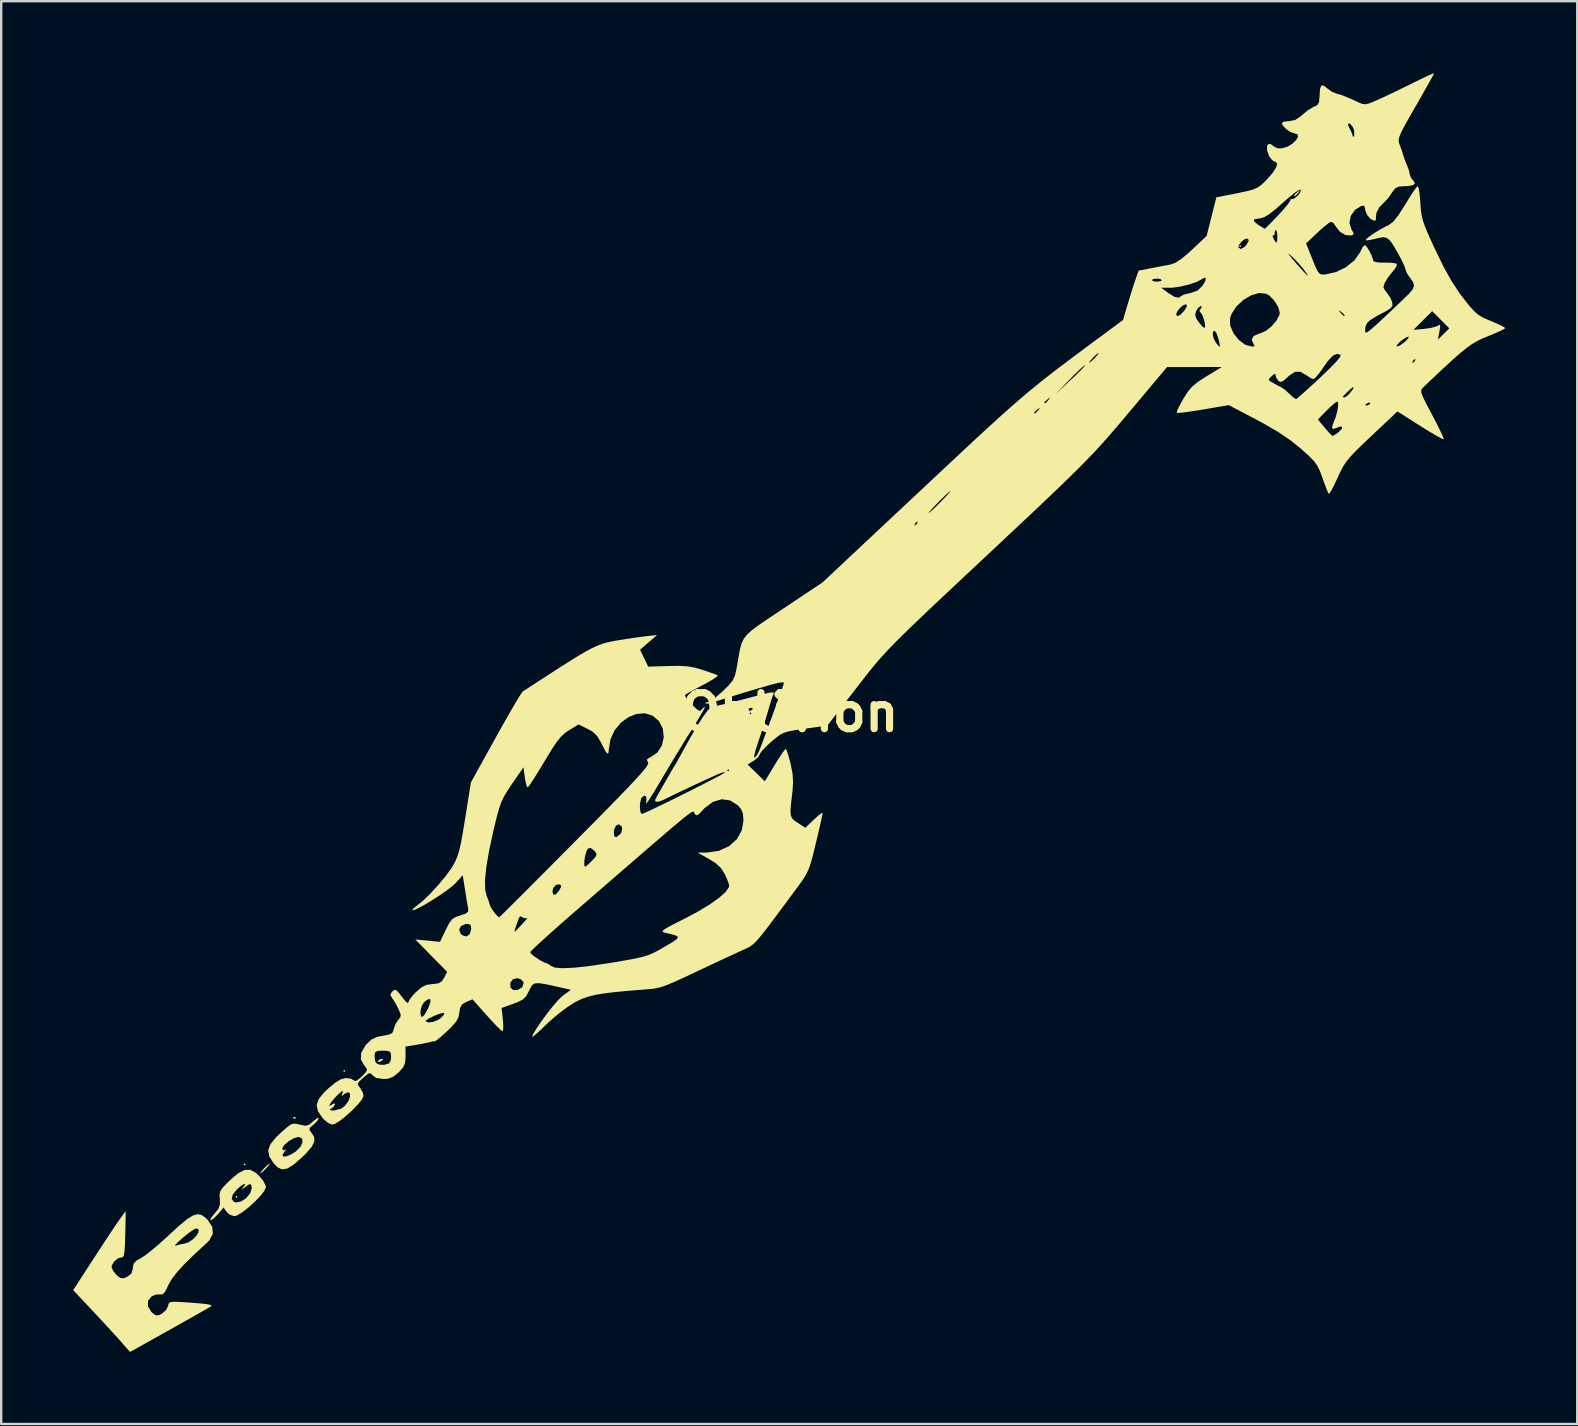
<source format=kicad_pcb>
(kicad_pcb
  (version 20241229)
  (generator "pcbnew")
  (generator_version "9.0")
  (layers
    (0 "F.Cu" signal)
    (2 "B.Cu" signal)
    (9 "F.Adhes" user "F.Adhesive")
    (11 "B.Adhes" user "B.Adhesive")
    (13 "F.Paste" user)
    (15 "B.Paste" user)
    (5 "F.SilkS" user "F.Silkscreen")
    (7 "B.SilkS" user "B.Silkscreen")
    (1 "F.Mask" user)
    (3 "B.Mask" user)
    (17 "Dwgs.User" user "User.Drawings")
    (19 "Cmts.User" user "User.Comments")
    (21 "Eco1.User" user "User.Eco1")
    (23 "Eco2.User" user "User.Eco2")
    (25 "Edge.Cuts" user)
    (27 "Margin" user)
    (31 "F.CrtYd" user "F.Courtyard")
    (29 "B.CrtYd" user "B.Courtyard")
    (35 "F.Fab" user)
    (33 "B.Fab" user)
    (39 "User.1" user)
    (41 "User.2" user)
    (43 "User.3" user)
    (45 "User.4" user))
  (footprint "Oblivion"
    (layer "F.Cu")
    (at 29.878 26.637)
    (property "Reference" "Oblivion" (at 0 0 0) (layer "F.SilkS") (effects (font (size 1.5 1.5) (thickness 0.3))))
    (attr board_only exclude_from_pos_files exclude_from_bom)
    (fp_poly (pts (xy -23.029 20.193) (xy -23.072 20.235) (xy -23.114 20.193) (xy -23.072 20.151)) (stroke (width 0) (type solid)) (fill yes) (layer "F.SilkS"))
    (fp_poly (pts (xy -22.691 18.838) (xy -22.733 18.881) (xy -22.775 18.838) (xy -22.733 18.796)) (stroke (width 0) (type solid)) (fill yes) (layer "F.SilkS"))
    (fp_poly (pts (xy -18.542 14.944) (xy -18.584 14.986) (xy -18.627 14.944) (xy -18.584 14.901)) (stroke (width 0) (type solid)) (fill yes) (layer "F.SilkS"))
    (fp_poly (pts (xy 18.796 -19.431) (xy 18.754 -19.389) (xy 18.711 -19.431) (xy 18.754 -19.473)) (stroke (width 0) (type solid)) (fill yes) (layer "F.SilkS"))
    (fp_poly (pts (xy -20.602 16.877) (xy -20.614 16.927) (xy -20.659 16.933) (xy -20.728 16.902) (xy -20.715 16.877) (xy -20.615 16.867)) (stroke (width 0) (type solid)) (fill yes) (layer "F.SilkS"))
    (fp_poly (pts (xy -16.976 14.479) (xy -17.067 14.549) (xy -17.164 14.561) (xy -17.187 14.529) (xy -17.121 14.475) (xy -17.056 14.446) (xy -16.969 14.44)) (stroke (width 0) (type solid)) (fill yes) (layer "F.SilkS"))
    (fp_poly (pts (xy 21.225 -21.715) (xy 21.177 -21.654) (xy 21.054 -21.522) (xy 20.999 -21.522) (xy 20.997 -21.537) (xy 21.055 -21.608) (xy 21.145 -21.685) (xy 21.246 -21.759)) (stroke (width 0) (type solid)) (fill yes) (layer "F.SilkS"))
    (fp_poly (pts (xy -21.709 18.849) (xy -21.818 18.98) (xy -21.844 19.008) (xy -21.989 19.15) (xy -22.08 19.218) (xy -22.085 19.219) (xy -22.063 19.166) (xy -21.954 19.035) (xy -21.929 19.008) (xy -21.784 18.865) (xy -21.693 18.797) (xy -21.687 18.796)) (stroke (width 0) (type solid)) (fill yes) (layer "F.SilkS"))
    (fp_poly (pts (xy -22.268 19.188) (xy -22.115 19.329) (xy -21.95 19.537) (xy -21.854 19.73) (xy -21.844 19.787) (xy -21.908 19.937) (xy -22.075 20.15) (xy -22.309 20.392) (xy -22.573 20.631) (xy -22.833 20.832) (xy -23.05 20.964) (xy -23.164 20.997) (xy -23.359 20.932) (xy -23.485 20.816) (xy -23.613 20.634) (xy -23.836 20.901) (xy -23.999 21.068) (xy -24.129 21.16) (xy -24.154 21.167) (xy -24.159 21.113) (xy -24.066 20.978) (xy -23.99 20.892) (xy -23.823 20.685) (xy -23.761 20.496) (xy -23.768 20.278) (xy -23.275 20.278) (xy -23.184 20.397) (xy -23.093 20.424) (xy -22.883 20.385) (xy -22.666 20.239) (xy -22.499 20.036) (xy -22.437 19.838) (xy -22.459 19.681) (xy -22.54 19.661) (xy -22.705 19.774) (xy -22.725 19.791) (xy -22.844 19.889) (xy -22.849 19.876) (xy -22.785 19.791) (xy -22.714 19.671) (xy -22.75 19.65) (xy -22.871 19.72) (xy -23.046 19.87) (xy -23.228 20.095) (xy -23.275 20.278) (xy -23.768 20.278) (xy -23.768 20.277) (xy -23.779 20.096) (xy -23.746 19.953) (xy -23.647 19.805) (xy -23.457 19.607) (xy -23.34 19.494) (xy -23.009 19.211) (xy -22.739 19.069) (xy -22.501 19.062)) (stroke (width 0) (type solid)) (fill yes) (layer "F.SilkS"))
    (fp_poly (pts (xy -19.643 16.911) (xy -19.704 17.024) (xy -19.852 17.17) (xy -19.867 17.182) (xy -20.012 17.31) (xy -20.034 17.401) (xy -19.951 17.512) (xy -19.835 17.694) (xy -19.828 17.884) (xy -19.94 18.106) (xy -20.181 18.384) (xy -20.341 18.541) (xy -20.684 18.841) (xy -20.952 19.008) (xy -21.171 19.045) (xy -21.363 18.959) (xy -21.543 18.767) (xy -21.709 18.495) (xy -21.75 18.25) (xy -21.726 18.182) (xy -21.167 18.182) (xy -21.115 18.254) (xy -21.061 18.238) (xy -20.997 18.213) (xy -21.057 18.288) (xy -21.061 18.293) (xy -21.156 18.436) (xy -21.127 18.507) (xy -21.002 18.505) (xy -20.811 18.43) (xy -20.595 18.293) (xy -20.41 18.107) (xy -20.321 17.919) (xy -20.335 17.77) (xy -20.458 17.697) (xy -20.493 17.695) (xy -20.68 17.745) (xy -20.893 17.868) (xy -21.074 18.021) (xy -21.164 18.162) (xy -21.167 18.182) (xy -21.726 18.182) (xy -21.661 18.001) (xy -21.433 17.719) (xy -21.249 17.541) (xy -21 17.317) (xy -20.832 17.189) (xy -20.703 17.138) (xy -20.568 17.146) (xy -20.436 17.179) (xy -20.212 17.226) (xy -20.059 17.192) (xy -19.891 17.055) (xy -19.878 17.043) (xy -19.731 16.923) (xy -19.649 16.896)) (stroke (width 0) (type solid)) (fill yes) (layer "F.SilkS"))
    (fp_poly (pts (xy -27.708 21.759) (xy -27.721 22.191) (xy -27.741 22.477) (xy -27.771 22.641) (xy -27.815 22.706) (xy -27.845 22.708) (xy -28.006 22.747) (xy -28.169 22.882) (xy -28.27 23.054) (xy -28.279 23.112) (xy -28.221 23.265) (xy -28.08 23.44) (xy -28.074 23.446) (xy -27.916 23.571) (xy -27.781 23.584) (xy -27.633 23.524) (xy -27.45 23.387) (xy -27.393 23.179) (xy -27.393 23.157) (xy -27.36 22.973) (xy -27.237 22.843) (xy -27.078 22.757) (xy -26.904 22.646) (xy -26.64 22.443) (xy -26.39 22.233) (xy -25.627 22.233) (xy -25.612 22.227) (xy -25.381 22.161) (xy -25.252 22.142) (xy -25.071 22.085) (xy -24.893 21.965) (xy -24.746 21.813) (xy -24.656 21.664) (xy -24.649 21.55) (xy -24.749 21.505) (xy -24.864 21.557) (xy -25.063 21.695) (xy -25.304 21.888) (xy -25.32 21.902) (xy -25.518 22.081) (xy -25.627 22.198) (xy -25.627 22.233) (xy -26.39 22.233) (xy -26.319 22.173) (xy -25.972 21.863) (xy -25.864 21.761) (xy -25.454 21.385) (xy -25.138 21.124) (xy -24.893 20.97) (xy -24.698 20.913) (xy -24.53 20.945) (xy -24.366 21.059) (xy -24.273 21.15) (xy -24.083 21.439) (xy -24.059 21.727) (xy -24.201 21.999) (xy -24.278 22.078) (xy -24.813 22.572) (xy -25.229 22.979) (xy -25.538 23.315) (xy -25.756 23.595) (xy -25.898 23.836) (xy -25.918 23.881) (xy -26.039 24.131) (xy -26.14 24.246) (xy -26.245 24.257) (xy -26.254 24.255) (xy -26.435 24.262) (xy -26.612 24.339) (xy -26.76 24.52) (xy -26.763 24.746) (xy -26.622 24.982) (xy -26.571 25.032) (xy -26.436 25.129) (xy -26.309 25.122) (xy -26.177 25.056) (xy -26.004 24.903) (xy -25.922 24.732) (xy -25.904 24.644) (xy -25.859 24.59) (xy -25.755 24.565) (xy -25.561 24.564) (xy -25.246 24.582) (xy -25.033 24.596) (xy -24.607 24.629) (xy -24.327 24.658) (xy -24.172 24.687) (xy -24.119 24.72) (xy -24.137 24.755) (xy -24.218 24.804) (xy -24.425 24.923) (xy -24.738 25.1) (xy -25.134 25.324) (xy -25.592 25.581) (xy -25.842 25.721) (xy -27.511 26.655) (xy -27.832 26.286) (xy -28.008 26.088) (xy -28.269 25.801) (xy -28.583 25.46) (xy -28.919 25.099) (xy -29.015 24.996) (xy -29.878 24.076) (xy -28.972 22.68) (xy -28.68 22.231) (xy -28.406 21.816) (xy -28.17 21.46) (xy -27.988 21.192) (xy -27.88 21.039) (xy -27.877 21.035) (xy -27.688 20.786)) (stroke (width 0) (type solid)) (fill yes) (layer "F.SilkS"))
    (fp_poly (pts (xy 26.839 -26.637) (xy 26.799 -26.556) (xy 26.687 -26.352) (xy 26.517 -26.049) (xy 26.303 -25.671) (xy 26.067 -25.26) (xy 25.794 -24.783) (xy 25.596 -24.429) (xy 25.465 -24.173) (xy 25.389 -23.993) (xy 25.359 -23.864) (xy 25.365 -23.762) (xy 25.397 -23.665) (xy 25.397 -23.664) (xy 25.484 -23.428) (xy 25.543 -23.241) (xy 25.608 -23.044) (xy 25.704 -22.807) (xy 25.705 -22.805) (xy 25.787 -22.586) (xy 25.823 -22.42) (xy 25.823 -22.413) (xy 25.883 -22.257) (xy 25.949 -22.183) (xy 26.039 -22.059) (xy 25.968 -21.974) (xy 25.743 -21.932) (xy 25.614 -21.929) (xy 25.367 -21.912) (xy 25.214 -21.837) (xy 25.08 -21.662) (xy 25.061 -21.632) (xy 24.907 -21.415) (xy 24.756 -21.252) (xy 24.729 -21.23) (xy 24.555 -21.052) (xy 24.437 -20.832) (xy 24.409 -20.638) (xy 24.417 -20.61) (xy 24.402 -20.505) (xy 24.352 -20.489) (xy 24.189 -20.561) (xy 24.042 -20.733) (xy 23.963 -20.939) (xy 23.961 -20.98) (xy 23.928 -21.111) (xy 23.812 -21.109) (xy 23.535 -20.939) (xy 23.361 -20.687) (xy 23.307 -20.4) (xy 23.394 -20.122) (xy 23.399 -20.114) (xy 23.482 -19.968) (xy 23.458 -19.902) (xy 23.377 -19.874) (xy 23.144 -19.892) (xy 22.911 -20.03) (xy 22.746 -20.241) (xy 22.639 -20.394) (xy 22.549 -20.447) (xy 22.447 -20.392) (xy 22.261 -20.247) (xy 22.027 -20.041) (xy 21.978 -19.995) (xy 21.5 -19.543) (xy 21.763 -18.886) (xy 21.893 -18.565) (xy 21.989 -18.372) (xy 22.074 -18.275) (xy 22.175 -18.245) (xy 22.302 -18.25) (xy 22.749 -18.349) (xy 23.17 -18.557) (xy 23.521 -18.843) (xy 23.757 -19.177) (xy 23.784 -19.241) (xy 23.87 -19.407) (xy 23.949 -19.473) (xy 24.027 -19.404) (xy 24.133 -19.239) (xy 24.232 -19.037) (xy 24.293 -18.863) (xy 24.299 -18.815) (xy 24.376 -18.771) (xy 24.573 -18.745) (xy 24.758 -18.743) (xy 25.025 -18.738) (xy 25.22 -18.713) (xy 25.281 -18.689) (xy 25.271 -18.593) (xy 25.167 -18.435) (xy 25.129 -18.393) (xy 24.925 -18.141) (xy 24.779 -17.898) (xy 24.723 -17.717) (xy 24.775 -17.605) (xy 24.878 -17.476) (xy 25.021 -17.262) (xy 25.088 -17.094) (xy 25.101 -16.953) (xy 25.033 -16.846) (xy 24.849 -16.73) (xy 24.784 -16.696) (xy 24.419 -16.501) (xy 24.18 -16.352) (xy 24.043 -16.225) (xy 23.979 -16.093) (xy 23.962 -15.933) (xy 23.962 -15.926) (xy 23.965 -15.861) (xy 23.985 -15.827) (xy 24.037 -15.837) (xy 24.133 -15.9) (xy 24.181 -15.941) (xy 25.976 -15.941) (xy 26.429 -15.982) (xy 26.708 -16.023) (xy 26.926 -16.081) (xy 27.001 -16.119) (xy 27.072 -16.154) (xy 27.089 -16.082) (xy 27.058 -15.875) (xy 26.997 -15.536) (xy 27.234 -15.77) (xy 27.471 -16.003) (xy 27.113 -16.361) (xy 26.755 -16.719) (xy 26.365 -16.33) (xy 25.976 -15.941) (xy 24.181 -15.941) (xy 24.288 -16.03) (xy 24.517 -16.236) (xy 24.833 -16.531) (xy 25.25 -16.926) (xy 25.503 -17.166) (xy 25.78 -17.435) (xy 25.942 -17.627) (xy 25.999 -17.779) (xy 25.96 -17.929) (xy 25.834 -18.115) (xy 25.766 -18.203) (xy 25.677 -18.352) (xy 25.659 -18.415) (xy 25.611 -18.57) (xy 25.497 -18.817) (xy 25.347 -19.104) (xy 25.187 -19.383) (xy 25.045 -19.601) (xy 24.967 -19.694) (xy 24.844 -19.782) (xy 24.704 -19.802) (xy 24.485 -19.761) (xy 24.411 -19.741) (xy 24.175 -19.688) (xy 24.016 -19.67) (xy 23.982 -19.678) (xy 24.023 -19.74) (xy 24.173 -19.857) (xy 24.391 -20.003) (xy 24.637 -20.151) (xy 24.871 -20.275) (xy 24.957 -20.314) (xy 25.137 -20.453) (xy 25.365 -20.742) (xy 25.637 -21.17) (xy 25.828 -21.484) (xy 25.994 -21.735) (xy 26.111 -21.891) (xy 26.155 -21.929) (xy 26.192 -21.851) (xy 26.227 -21.643) (xy 26.256 -21.345) (xy 26.263 -21.23) (xy 26.282 -20.958) (xy 26.314 -20.725) (xy 26.369 -20.497) (xy 26.459 -20.238) (xy 26.595 -19.912) (xy 26.79 -19.484) (xy 26.893 -19.262) (xy 27.241 -18.551) (xy 27.568 -17.966) (xy 27.895 -17.47) (xy 28.043 -17.272) (xy 28.303 -16.944) (xy 28.505 -16.719) (xy 28.688 -16.563) (xy 28.893 -16.444) (xy 29.16 -16.326) (xy 29.202 -16.309) (xy 29.488 -16.187) (xy 29.699 -16.085) (xy 29.799 -16.02) (xy 29.802 -16.013) (xy 29.729 -15.961) (xy 29.532 -15.865) (xy 29.247 -15.743) (xy 29.083 -15.677) (xy 28.849 -15.581) (xy 28.637 -15.478) (xy 28.427 -15.354) (xy 28.201 -15.194) (xy 27.94 -14.985) (xy 27.627 -14.71) (xy 27.241 -14.357) (xy 26.766 -13.909) (xy 26.384 -13.545) (xy 26.322 -13.477) (xy 26.296 -13.401) (xy 26.314 -13.29) (xy 26.384 -13.115) (xy 26.515 -12.85) (xy 26.717 -12.467) (xy 26.751 -12.404) (xy 26.942 -12.036) (xy 27.097 -11.725) (xy 27.201 -11.498) (xy 27.24 -11.385) (xy 27.239 -11.378) (xy 27.158 -11.407) (xy 26.962 -11.512) (xy 26.679 -11.678) (xy 26.336 -11.889) (xy 26.255 -11.94) (xy 25.309 -12.541) (xy 24.221 -11.518) (xy 23.823 -11.14) (xy 23.527 -10.849) (xy 23.31 -10.615) (xy 23.15 -10.411) (xy 23.022 -10.208) (xy 22.905 -9.977) (xy 22.814 -9.777) (xy 22.671 -9.471) (xy 22.549 -9.24) (xy 22.467 -9.118) (xy 22.444 -9.107) (xy 22.395 -9.206) (xy 22.309 -9.422) (xy 22.203 -9.712) (xy 22.183 -9.771) (xy 22.077 -10.059) (xy 21.969 -10.279) (xy 21.829 -10.473) (xy 21.623 -10.684) (xy 21.321 -10.957) (xy 21.294 -10.981) (xy 20.847 -11.341) (xy 20.337 -11.686) (xy 19.722 -12.043) (xy 19.448 -12.19) (xy 19.417 -12.206) (xy 21.992 -12.206) (xy 22.278 -11.862) (xy 22.445 -11.669) (xy 22.568 -11.544) (xy 22.606 -11.518) (xy 22.696 -11.565) (xy 22.854 -11.676) (xy 22.859 -11.68) (xy 22.994 -11.821) (xy 23 -11.906) (xy 22.886 -11.904) (xy 22.794 -11.863) (xy 22.629 -11.808) (xy 22.578 -11.878) (xy 22.642 -12.071) (xy 22.651 -12.091) (xy 22.74 -12.319) (xy 22.805 -12.568) (xy 22.838 -12.788) (xy 22.836 -12.833) (xy 23.973 -12.833) (xy 23.993 -12.789) (xy 24.04 -12.785) (xy 24.155 -12.846) (xy 24.172 -12.868) (xy 24.158 -12.916) (xy 24.092 -12.902) (xy 23.973 -12.833) (xy 22.836 -12.833) (xy 22.83 -12.929) (xy 22.802 -12.954) (xy 22.707 -12.898) (xy 22.536 -12.752) (xy 22.359 -12.58) (xy 21.992 -12.206) (xy 19.417 -12.206) (xy 18.279 -12.804) (xy 17.214 -12.623) (xy 16.81 -12.557) (xy 16.469 -12.509) (xy 16.225 -12.482) (xy 16.111 -12.48) (xy 16.107 -12.482) (xy 16.127 -12.569) (xy 16.217 -12.762) (xy 16.358 -13.021) (xy 16.384 -13.066) (xy 16.569 -13.358) (xy 16.755 -13.577) (xy 16.99 -13.772) (xy 17.182 -13.896) (xy 19.951 -13.896) (xy 19.967 -13.824) (xy 20.087 -13.749) (xy 20.307 -13.629) (xy 20.447 -13.559) (xy 20.622 -13.443) (xy 20.813 -13.268) (xy 20.823 -13.258) (xy 20.975 -13.117) (xy 21.082 -13.057) (xy 21.092 -13.058) (xy 21.173 -13.121) (xy 21.206 -13.15) (xy 23.029 -13.15) (xy 23.081 -13.119) (xy 23.199 -13.178) (xy 23.3 -13.271) (xy 23.448 -13.461) (xy 23.492 -13.554) (xy 23.432 -13.538) (xy 23.296 -13.425) (xy 23.133 -13.268) (xy 23.039 -13.166) (xy 23.029 -13.15) (xy 21.206 -13.15) (xy 21.354 -13.279) (xy 21.612 -13.513) (xy 21.924 -13.8) (xy 22.098 -13.961) (xy 22.49 -14.337) (xy 22.713 -14.568) (xy 25.929 -14.568) (xy 25.94 -14.563) (xy 26.018 -14.622) (xy 26.035 -14.647) (xy 26.057 -14.726) (xy 26.045 -14.732) (xy 25.968 -14.672) (xy 25.95 -14.647) (xy 25.929 -14.568) (xy 22.713 -14.568) (xy 22.765 -14.622) (xy 22.918 -14.812) (xy 22.944 -14.901) (xy 22.941 -14.903) (xy 22.781 -14.942) (xy 22.606 -14.855) (xy 22.399 -14.631) (xy 22.229 -14.388) (xy 22.054 -14.141) (xy 21.904 -13.961) (xy 21.811 -13.888) (xy 21.807 -13.887) (xy 21.682 -13.937) (xy 21.507 -14.054) (xy 21.505 -14.055) (xy 21.258 -14.196) (xy 21.034 -14.189) (xy 20.795 -14.032) (xy 20.728 -13.967) (xy 20.548 -13.81) (xy 20.427 -13.771) (xy 20.353 -13.808) (xy 20.25 -13.96) (xy 20.235 -14.036) (xy 20.216 -14.112) (xy 20.133 -14.07) (xy 20.066 -14.012) (xy 19.951 -13.896) (xy 17.182 -13.896) (xy 17.326 -13.989) (xy 17.345 -14.001) (xy 17.989 -14.393) (xy 16.847 -14.391) (xy 15.706 -14.389) (xy 14.099 -12.476) (xy 13.778 -12.095) (xy 13.486 -11.752) (xy 13.211 -11.435) (xy 12.94 -11.133) (xy 12.661 -10.831) (xy 12.362 -10.519) (xy 12.032 -10.184) (xy 11.656 -9.813) (xy 11.225 -9.395) (xy 10.724 -8.917) (xy 10.143 -8.367) (xy 9.468 -7.732) (xy 8.688 -7.001) (xy 8.231 -6.572) (xy 7.401 -5.796) (xy 6.685 -5.124) (xy 6.069 -4.545) (xy 5.545 -4.048) (xy 5.1 -3.623) (xy 4.723 -3.256) (xy 4.403 -2.939) (xy 4.13 -2.658) (xy 3.893 -2.403) (xy 3.679 -2.164) (xy 3.479 -1.927) (xy 3.281 -1.684) (xy 3.074 -1.421) (xy 2.847 -1.128) (xy 2.761 -1.016) (xy 1.553 0.55) (xy 0.622 0.68) (xy 0.214 0.74) (xy -0.071 0.793) (xy -0.278 0.858) (xy -0.449 0.951) (xy -0.63 1.09) (xy -0.789 1.226) (xy -1.022 1.441) (xy -1.192 1.625) (xy -1.269 1.744) (xy -1.27 1.753) (xy -1.336 1.869) (xy -1.498 2.003) (xy -1.521 2.018) (xy -1.773 2.171) (xy -1.414 2.523) (xy -1.055 2.876) (xy -0.65 2.2) (xy -0.467 1.906) (xy -0.314 1.676) (xy -0.212 1.544) (xy -0.186 1.524) (xy -0.14 1.6) (xy -0.071 1.801) (xy 0.006 2.086) (xy 0.019 2.138) (xy 0.1 2.551) (xy 0.123 2.912) (xy 0.094 3.321) (xy 0.086 3.387) (xy 0.036 3.808) (xy 0.013 4.097) (xy 0.026 4.287) (xy 0.079 4.414) (xy 0.179 4.511) (xy 0.318 4.605) (xy 0.635 4.809) (xy 0.995 4.461) (xy 1.184 4.291) (xy 1.314 4.196) (xy 1.354 4.195) (xy 1.335 4.302) (xy 1.283 4.543) (xy 1.205 4.884) (xy 1.109 5.294) (xy 1.071 5.454) (xy 0.957 5.923) (xy 0.863 6.269) (xy 0.771 6.533) (xy 0.664 6.757) (xy 0.523 6.983) (xy 0.33 7.252) (xy 0.251 7.359) (xy -0.208 7.979) (xy -0.578 8.477) (xy -0.873 8.87) (xy -1.105 9.171) (xy -1.287 9.396) (xy -1.432 9.557) (xy -1.554 9.672) (xy -1.664 9.753) (xy -1.777 9.815) (xy -1.904 9.874) (xy -2.027 9.929) (xy -2.356 10.08) (xy -2.77 10.272) (xy -3.2 10.472) (xy -3.387 10.56) (xy -3.985 10.843) (xy -4.454 11.063) (xy -4.817 11.227) (xy -5.097 11.346) (xy -5.317 11.427) (xy -5.501 11.48) (xy -5.673 11.512) (xy -5.857 11.532) (xy -6.074 11.55) (xy -6.096 11.551) (xy -6.797 11.608) (xy -7.356 11.662) (xy -7.796 11.717) (xy -8.145 11.778) (xy -8.427 11.849) (xy -8.67 11.936) (xy -8.898 12.044) (xy -8.975 12.085) (xy -9.289 12.285) (xy -9.656 12.562) (xy -10.013 12.867) (xy -10.139 12.985) (xy -10.394 13.229) (xy -10.597 13.413) (xy -10.723 13.515) (xy -10.753 13.526) (xy -10.702 13.393) (xy -10.566 13.167) (xy -10.372 12.881) (xy -10.144 12.571) (xy -9.909 12.272) (xy -9.692 12.018) (xy -9.52 11.844) (xy -9.481 11.813) (xy -9.136 11.56) (xy -9.796 11.413) (xy -10.193 11.327) (xy -10.459 11.285) (xy -10.63 11.292) (xy -10.74 11.356) (xy -10.823 11.482) (xy -10.886 11.616) (xy -11.001 11.828) (xy -11.141 11.967) (xy -11.362 12.079) (xy -11.538 12.145) (xy -12.026 12.319) (xy -11.971 12.806) (xy -11.953 13.065) (xy -11.963 13.239) (xy -11.991 13.287) (xy -12.074 13.224) (xy -12.242 13.061) (xy -12.466 12.823) (xy -12.65 12.619) (xy -13.236 11.958) (xy -13.497 12.067) (xy -13.678 12.172) (xy -13.76 12.329) (xy -13.784 12.502) (xy -13.821 12.698) (xy -13.914 12.879) (xy -14.094 13.088) (xy -14.278 13.269) (xy -14.509 13.479) (xy -14.692 13.633) (xy -14.795 13.702) (xy -14.803 13.704) (xy -14.901 13.712) (xy -15.068 13.757) (xy -15.36 13.816) (xy -15.657 13.867) (xy -16.031 13.928) (xy -16.026 14.323) (xy -16.043 14.594) (xy -16.123 14.788) (xy -16.304 14.991) (xy -16.311 14.998) (xy -16.543 15.187) (xy -16.767 15.267) (xy -16.944 15.278) (xy -17.246 15.236) (xy -17.4 15.127) (xy -17.478 15.042) (xy -17.563 15.044) (xy -17.702 15.147) (xy -17.793 15.227) (xy -17.962 15.387) (xy -18.019 15.488) (xy -17.979 15.581) (xy -17.927 15.641) (xy -17.812 15.834) (xy -17.78 15.98) (xy -17.843 16.126) (xy -18.009 16.336) (xy -18.241 16.576) (xy -18.502 16.814) (xy -18.758 17.016) (xy -18.97 17.148) (xy -19.083 17.181) (xy -19.247 17.115) (xy -19.438 16.958) (xy -19.494 16.894) (xy -19.68 16.616) (xy -19.724 16.405) (xy -19.202 16.405) (xy -19.131 16.372) (xy -19.106 16.351) (xy -18.994 16.291) (xy -18.965 16.326) (xy -19.03 16.439) (xy -19.113 16.503) (xy -19.19 16.563) (xy -19.128 16.587) (xy -19.001 16.592) (xy -18.704 16.513) (xy -18.541 16.382) (xy -18.4 16.185) (xy -18.338 16.004) (xy -18.349 15.873) (xy -18.427 15.825) (xy -18.566 15.894) (xy -18.615 15.938) (xy -18.686 15.991) (xy -18.672 15.909) (xy -18.66 15.875) (xy -18.636 15.779) (xy -18.684 15.79) (xy -18.828 15.914) (xy -18.833 15.917) (xy -18.983 16.07) (xy -19.108 16.223) (xy -19.187 16.345) (xy -19.202 16.405) (xy -19.724 16.405) (xy -19.732 16.365) (xy -19.646 16.113) (xy -19.416 15.831) (xy -19.245 15.67) (xy -18.951 15.427) (xy -18.726 15.291) (xy -18.533 15.242) (xy -18.49 15.24) (xy -18.29 15.27) (xy -18.18 15.341) (xy -18.178 15.346) (xy -18.098 15.365) (xy -17.93 15.247) (xy -17.858 15.18) (xy -17.691 15.01) (xy -17.632 14.906) (xy -17.668 14.813) (xy -17.74 14.73) (xy -17.89 14.466) (xy -17.883 14.309) (xy -17.32 14.309) (xy -17.298 14.508) (xy -17.256 14.613) (xy -17.119 14.682) (xy -16.911 14.688) (xy -16.72 14.63) (xy -16.713 14.626) (xy -16.647 14.507) (xy -16.628 14.333) (xy -16.65 14.181) (xy -16.733 14.114) (xy -16.926 14.097) (xy -16.976 14.097) (xy -17.194 14.109) (xy -17.293 14.164) (xy -17.319 14.293) (xy -17.32 14.309) (xy -17.883 14.309) (xy -17.876 14.186) (xy -17.697 13.88) (xy -17.661 13.837) (xy -17.446 13.632) (xy -17.208 13.523) (xy -16.976 13.477) (xy -16.719 13.43) (xy -16.586 13.365) (xy -16.532 13.254) (xy -16.524 13.207) (xy -16.443 12.98) (xy -16.369 12.871) (xy -15.196 12.871) (xy -15.078 12.922) (xy -14.882 12.9) (xy -14.673 12.82) (xy -14.568 12.747) (xy -14.421 12.592) (xy -14.419 12.524) (xy -14.559 12.543) (xy -14.812 12.638) (xy -15.038 12.745) (xy -15.175 12.834) (xy -15.196 12.871) (xy -16.369 12.871) (xy -16.339 12.827) (xy -16.244 12.706) (xy -16.23 12.592) (xy -16.238 12.573) (xy -15.408 12.573) (xy -15.369 12.678) (xy -15.32 12.684) (xy -15.234 12.595) (xy -15.121 12.403) (xy -15.07 12.296) (xy -14.986 12.055) (xy -15.002 11.944) (xy -15.112 11.968) (xy -15.255 12.078) (xy -15.345 12.216) (xy -15.398 12.4) (xy -15.408 12.573) (xy -16.238 12.573) (xy -16.297 12.415) (xy -16.325 12.353) (xy -16.45 12.115) (xy -16.571 11.925) (xy -16.587 11.904) (xy -16.663 11.773) (xy -16.604 11.658) (xy -16.574 11.627) (xy -16.487 11.563) (xy -16.403 11.585) (xy -16.284 11.715) (xy -16.179 11.856) (xy -16.036 12.033) (xy -15.941 12.113) (xy -15.917 12.095) (xy -15.86 11.97) (xy -15.714 11.783) (xy -15.592 11.655) (xy -15.36 11.457) (xy -11.659 11.457) (xy -11.656 11.467) (xy -11.542 11.571) (xy -11.367 11.572) (xy -11.196 11.476) (xy -11.144 11.411) (xy -11.107 11.242) (xy -11.226 11.122) (xy -11.376 11.077) (xy -11.549 11.117) (xy -11.658 11.264) (xy -11.659 11.457) (xy -15.36 11.457) (xy -15.354 11.452) (xy -15.138 11.352) (xy -14.908 11.323) (xy -14.662 11.294) (xy -14.517 11.209) (xy -14.42 11.062) (xy -14.293 10.815) (xy -14.957 10.139) (xy -15.095 9.998) (xy -10.837 9.998) (xy -10.772 10.081) (xy -10.612 10.205) (xy -10.414 10.333) (xy -10.235 10.429) (xy -10.143 10.456) (xy -10.039 10.509) (xy -9.978 10.562) (xy -9.804 10.636) (xy -9.478 10.662) (xy -8.997 10.64) (xy -8.359 10.57) (xy -7.562 10.452) (xy -7.39 10.423) (xy -6.857 10.333) (xy -6.455 10.258) (xy -6.15 10.188) (xy -5.908 10.113) (xy -5.692 10.022) (xy -5.467 9.904) (xy -5.238 9.772) (xy -4.907 9.576) (xy -4.719 9.446) (xy -4.674 9.36) (xy -4.77 9.296) (xy -5.005 9.232) (xy -5.207 9.185) (xy -5.296 9.158) (xy -5.321 9.12) (xy -5.265 9.059) (xy -5.111 8.964) (xy -4.842 8.82) (xy -4.44 8.617) (xy -4.36 8.577) (xy -3.81 8.284) (xy -3.337 7.995) (xy -2.957 7.724) (xy -2.69 7.484) (xy -2.554 7.289) (xy -2.54 7.224) (xy -2.575 7.088) (xy -2.664 6.867) (xy -2.719 6.748) (xy -2.883 6.486) (xy -3.116 6.274) (xy -3.375 6.113) (xy -3.852 5.846) (xy -3.471 5.842) (xy -2.972 5.77) (xy -2.547 5.577) (xy -2.219 5.284) (xy -2.012 4.91) (xy -1.947 4.516) (xy -1.966 4.23) (xy -2.039 4.036) (xy -2.182 3.871) (xy -2.501 3.668) (xy -2.854 3.621) (xy -3.214 3.727) (xy -3.559 3.983) (xy -3.621 4.049) (xy -3.79 4.228) (xy -3.89 4.292) (xy -3.956 4.256) (xy -3.985 4.213) (xy -3.999 4.181) (xy -4.01 4.154) (xy -4.027 4.137) (xy -4.059 4.138) (xy -4.116 4.164) (xy -4.204 4.223) (xy -4.335 4.322) (xy -4.516 4.467) (xy -4.756 4.667) (xy -5.064 4.927) (xy -5.449 5.257) (xy -5.92 5.662) (xy -6.485 6.15) (xy -7.154 6.729) (xy -7.935 7.405) (xy -8.657 8.03) (xy -9.172 8.477) (xy -9.644 8.892) (xy -10.057 9.26) (xy -10.398 9.568) (xy -10.65 9.803) (xy -10.801 9.952) (xy -10.837 9.998) (xy -15.095 9.998) (xy -15.621 9.462) (xy -15.106 9.512) (xy -14.591 9.562) (xy -14.353 9.064) (xy -14.349 9.056) (xy -13.794 9.056) (xy -13.732 9.226) (xy -13.669 9.285) (xy -13.493 9.34) (xy -13.357 9.25) (xy -13.325 9.144) (xy -11.487 9.144) (xy -11.421 9.087) (xy -11.279 8.943) (xy -11.171 8.827) (xy -11.023 8.662) (xy -10.95 8.574) (xy -10.957 8.573) (xy -11.078 8.58) (xy -11.146 8.541) (xy -11.252 8.496) (xy -11.299 8.563) (xy -11.358 8.725) (xy -11.425 8.911) (xy -11.479 9.076) (xy -11.487 9.144) (xy -13.325 9.144) (xy -13.294 9.041) (xy -13.293 9.001) (xy -13.319 8.853) (xy -13.432 8.814) (xy -13.525 8.821) (xy -13.719 8.903) (xy -13.794 9.056) (xy -14.349 9.056) (xy -14.211 8.787) (xy -14.086 8.622) (xy -13.935 8.526) (xy -13.748 8.464) (xy -13.519 8.386) (xy -13.421 8.304) (xy -13.416 8.185) (xy -13.417 8.181) (xy -13.448 8.009) (xy -13.496 7.729) (xy -13.548 7.402) (xy -13.549 7.394) (xy -13.607 7.022) (xy -12.718 7.022) (xy -12.705 7.428) (xy -12.645 7.654) (xy -12.565 7.85) (xy -12.531 7.979) (xy -12.531 7.98) (xy -12.486 8.1) (xy -12.381 8.269) (xy -12.255 8.43) (xy -12.151 8.527) (xy -12.12 8.534) (xy -12.051 8.471) (xy -11.875 8.299) (xy -11.602 8.028) (xy -11.244 7.672) (xy -11.04 7.468) (xy -9.906 7.468) (xy -9.869 7.601) (xy -9.772 7.588) (xy -9.634 7.433) (xy -9.623 7.416) (xy -9.541 7.262) (xy -9.566 7.187) (xy -9.603 7.169) (xy -9.758 7.184) (xy -9.874 7.319) (xy -9.906 7.468) (xy -11.04 7.468) (xy -10.812 7.239) (xy -10.317 6.743) (xy -9.943 6.367) (xy -8.581 6.367) (xy -8.548 6.435) (xy -8.464 6.379) (xy -8.313 6.24) (xy -8.256 6.182) (xy -8.108 6.017) (xy -8.066 5.914) (xy -8.12 5.815) (xy -8.169 5.759) (xy -8.316 5.647) (xy -8.429 5.676) (xy -8.491 5.79) (xy -8.544 5.983) (xy -8.577 6.196) (xy -8.581 6.367) (xy -9.943 6.367) (xy -9.771 6.194) (xy -9.184 5.603) (xy -8.941 5.358) (xy -8.569 4.983) (xy -7.347 4.983) (xy -7.331 5.161) (xy -7.26 5.201) (xy -7.231 5.192) (xy -7.086 5.08) (xy -7.031 5.002) (xy -6.999 4.827) (xy -7.025 4.746) (xy -7.138 4.663) (xy -7.254 4.716) (xy -7.333 4.875) (xy -7.347 4.983) (xy -8.569 4.983) (xy -8.24 4.65) (xy -7.651 4.052) (xy -7.164 3.555) (xy -6.772 3.149) (xy -6.466 2.824) (xy -6.236 2.572) (xy -6.075 2.382) (xy -5.973 2.246) (xy -5.922 2.154) (xy -5.914 2.097) (xy -5.923 2.079) (xy -5.976 1.973) (xy -5.893 1.9) (xy -5.83 1.874) (xy -5.54 1.68) (xy -5.348 1.387) (xy -5.267 1.038) (xy -5.306 0.678) (xy -5.466 0.364) (xy -5.739 0.132) (xy -6.06 0.037) (xy -6.404 0.065) (xy -6.745 0.202) (xy -7.056 0.433) (xy -7.312 0.744) (xy -7.487 1.12) (xy -7.554 1.521) (xy -7.571 1.689) (xy -7.617 1.722) (xy -7.702 1.612) (xy -7.835 1.354) (xy -7.865 1.288) (xy -8.034 0.995) (xy -8.24 0.801) (xy -8.44 0.688) (xy -8.82 0.503) (xy -9.215 0.744) (xy -9.389 0.863) (xy -9.548 1.012) (xy -9.715 1.217) (xy -9.911 1.508) (xy -10.159 1.911) (xy -10.245 2.054) (xy -10.472 2.431) (xy -10.672 2.751) (xy -10.828 2.987) (xy -10.922 3.114) (xy -10.94 3.128) (xy -10.985 3.055) (xy -11.032 2.863) (xy -11.057 2.71) (xy -11.113 2.288) (xy -11.593 2.985) (xy -11.784 3.269) (xy -11.926 3.508) (xy -12.037 3.742) (xy -12.132 4.013) (xy -12.228 4.36) (xy -12.341 4.827) (xy -12.361 4.911) (xy -12.546 5.766) (xy -12.665 6.469) (xy -12.718 7.022) (xy -13.607 7.022) (xy -13.644 6.787) (xy -13.944 7.119) (xy -14.105 7.265) (xy -14.351 7.45) (xy -14.649 7.654) (xy -14.964 7.856) (xy -15.265 8.036) (xy -15.518 8.171) (xy -15.689 8.243) (xy -15.743 8.244) (xy -15.709 8.179) (xy -15.574 8.071) (xy -15.574 8.071) (xy -15.311 7.86) (xy -14.994 7.552) (xy -14.663 7.193) (xy -14.357 6.826) (xy -14.118 6.496) (xy -14.067 6.414) (xy -13.96 6.219) (xy -13.874 6.021) (xy -13.799 5.788) (xy -13.729 5.489) (xy -13.654 5.092) (xy -13.566 4.565) (xy -13.544 4.427) (xy -13.305 2.921) (xy -12.274 1.058) (xy -11.988 0.546) (xy -11.724 0.082) (xy -11.496 -0.312) (xy -11.314 -0.616) (xy -11.192 -0.808) (xy -11.146 -0.868) (xy -10.409 -1.348) (xy -9.797 -1.745) (xy -9.294 -2.066) (xy -8.884 -2.321) (xy -8.549 -2.519) (xy -8.273 -2.668) (xy -8.04 -2.777) (xy -7.834 -2.856) (xy -7.639 -2.912) (xy -7.437 -2.956) (xy -7.239 -2.992) (xy -6.829 -3.059) (xy -6.418 -3.12) (xy -6.08 -3.165) (xy -6.011 -3.173) (xy -5.546 -3.223) (xy -5.901 -2.917) (xy -6.256 -2.61) (xy -6.085 -2.258) (xy -5.914 -1.905) (xy -5.07 -1.932) (xy -4.618 -1.938) (xy -4.271 -1.917) (xy -3.965 -1.862) (xy -3.658 -1.772) (xy -3.366 -1.674) (xy -3.136 -1.592) (xy -3.018 -1.545) (xy -3.017 -1.544) (xy -3.053 -1.49) (xy -3.213 -1.379) (xy -3.466 -1.231) (xy -3.636 -1.141) (xy -3.945 -0.977) (xy -4.196 -0.839) (xy -4.351 -0.748) (xy -4.381 -0.727) (xy -4.356 -0.644) (xy -4.237 -0.483) (xy -4.102 -0.334) (xy -3.909 -0.145) (xy -3.793 -0.066) (xy -3.716 -0.08) (xy -3.663 -0.14) (xy -3.58 -0.227) (xy -3.556 -0.213) (xy -3.599 -0.117) (xy -3.716 0.09) (xy -3.889 0.379) (xy -4.097 0.713) (xy -4.367 1.145) (xy -4.68 1.654) (xy -4.991 2.17) (xy -5.211 2.54) (xy -5.434 2.917) (xy -5.637 3.254) (xy -5.799 3.516) (xy -5.898 3.671) (xy -5.907 3.683) (xy -5.996 3.798) (xy -6.01 3.769) (xy -5.987 3.662) (xy -5.999 3.51) (xy -6.088 3.47) (xy -6.192 3.558) (xy -6.214 3.605) (xy -6.257 3.801) (xy -6.262 4.013) (xy -6.231 4.178) (xy -6.18 4.233) (xy -6.082 4.197) (xy -5.863 4.098) (xy -5.549 3.949) (xy -5.165 3.763) (xy -4.738 3.553) (xy -4.294 3.331) (xy -3.859 3.112) (xy -3.458 2.908) (xy -3.119 2.732) (xy -2.867 2.597) (xy -2.728 2.516) (xy -2.709 2.499) (xy -2.777 2.496) (xy -2.921 2.54) (xy -3.079 2.607) (xy -3.351 2.73) (xy -3.7 2.891) (xy -4.087 3.072) (xy -4.476 3.255) (xy -4.827 3.423) (xy -5.102 3.557) (xy -5.265 3.64) (xy -5.269 3.643) (xy -5.463 3.714) (xy -5.553 3.725) (xy -5.626 3.705) (xy -5.615 3.619) (xy -5.515 3.432) (xy -5.5 3.408) (xy -5.339 3.131) (xy -5.159 2.815) (xy -5.099 2.709) (xy -4.966 2.474) (xy -4.93 2.413) (xy -2.625 2.413) (xy -2.582 2.455) (xy -2.54 2.413) (xy -2.582 2.371) (xy -2.625 2.413) (xy -4.93 2.413) (xy -4.861 2.296) (xy -4.827 2.244) (xy -4.758 2.13) (xy -4.636 1.914) (xy -4.492 1.651) (xy -4.163 1.057) (xy -3.871 0.56) (xy -3.624 0.174) (xy -3.583 0.119) (xy -1.945 0.119) (xy -1.902 0.137) (xy -1.829 0.064) (xy -1.806 0.042) (xy -1.693 0.042) (xy -1.651 0.085) (xy -1.609 0.042) (xy -1.651 0) (xy -1.693 0.042) (xy -1.806 0.042) (xy -1.697 -0.056) (xy -1.616 -0.085) (xy -1.556 -0.137) (xy -1.57 -0.175) (xy -1.659 -0.193) (xy -1.789 -0.118) (xy -1.903 0.004) (xy -1.945 0.119) (xy -3.583 0.119) (xy -3.431 -0.087) (xy -3.301 -0.21) (xy -3.287 -0.216) (xy -3.077 -0.272) (xy -2.937 -0.301) (xy -2.773 -0.337) (xy -2.491 -0.406) (xy -2.137 -0.495) (xy -1.899 -0.557) (xy -1.42 -0.683) (xy -1.082 -0.77) (xy -0.863 -0.82) (xy -0.739 -0.837) (xy -0.688 -0.824) (xy -0.688 -0.783) (xy -0.714 -0.718) (xy -0.717 -0.711) (xy -0.774 -0.548) (xy -0.856 -0.282) (xy -0.938 0.001) (xy -1.044 0.359) (xy -1.181 0.789) (xy -1.321 1.203) (xy -1.335 1.242) (xy -1.433 1.544) (xy -1.49 1.77) (xy -1.499 1.887) (xy -1.484 1.894) (xy -1.392 1.797) (xy -1.292 1.608) (xy -1.283 1.585) (xy -1.188 1.336) (xy -1.061 0.999) (xy -0.915 0.605) (xy -0.76 0.185) (xy -0.609 -0.231) (xy -0.471 -0.612) (xy -0.358 -0.927) (xy -0.282 -1.146) (xy -0.254 -1.237) (xy -0.254 -1.237) (xy -0.326 -1.253) (xy -0.501 -1.229) (xy -0.525 -1.224) (xy -0.717 -1.175) (xy -1.03 -1.086) (xy -1.425 -0.971) (xy -1.862 -0.84) (xy -2.301 -0.707) (xy -2.702 -0.583) (xy -3.025 -0.479) (xy -3.2 -0.419) (xy -3.4 -0.366) (xy -3.524 -0.366) (xy -3.532 -0.371) (xy -3.51 -0.415) (xy -3.437 -0.423) (xy -3.309 -0.479) (xy -3.102 -0.626) (xy -2.857 -0.837) (xy -2.801 -0.889) (xy -2.554 -1.133) (xy -2.399 -1.322) (xy -2.307 -1.514) (xy -2.244 -1.767) (xy -2.208 -1.968) (xy -2.145 -2.342) (xy -2.091 -2.634) (xy -2.027 -2.866) (xy -1.936 -3.059) (xy -1.8 -3.236) (xy -1.602 -3.419) (xy -1.323 -3.628) (xy -0.946 -3.885) (xy -0.454 -4.213) (xy -0.295 -4.319) (xy 1.351 -5.418) (xy 3.886 -7.795) (xy 5.185 -7.795) (xy 5.197 -7.789) (xy 5.274 -7.849) (xy 5.292 -7.874) (xy 5.313 -7.953) (xy 5.302 -7.959) (xy 5.224 -7.899) (xy 5.207 -7.874) (xy 5.185 -7.795) (xy 3.886 -7.795) (xy 4.426 -8.301) (xy 5.761 -8.301) (xy 5.763 -8.297) (xy 5.838 -8.353) (xy 6 -8.501) (xy 6.215 -8.712) (xy 6.265 -8.763) (xy 6.476 -8.982) (xy 6.625 -9.145) (xy 6.685 -9.225) (xy 6.683 -9.229) (xy 6.608 -9.173) (xy 6.446 -9.025) (xy 6.231 -8.814) (xy 6.181 -8.763) (xy 5.97 -8.544) (xy 5.821 -8.381) (xy 5.761 -8.301) (xy 4.426 -8.301) (xy 5.565 -9.368) (xy 6.394 -10.144) (xy 7.114 -10.818) (xy 7.741 -11.402) (xy 8.291 -11.909) (xy 8.779 -12.352) (xy 8.92 -12.478) (xy 10.16 -12.478) (xy 10.201 -12.453) (xy 10.314 -12.561) (xy 10.34 -12.594) (xy 10.413 -12.694) (xy 10.37 -12.673) (xy 10.308 -12.626) (xy 10.191 -12.522) (xy 10.16 -12.478) (xy 8.92 -12.478) (xy 9.219 -12.745) (xy 9.4 -12.901) (xy 10.583 -12.901) (xy 10.625 -12.876) (xy 10.737 -12.985) (xy 10.763 -13.018) (xy 10.837 -13.118) (xy 10.793 -13.097) (xy 10.732 -13.049) (xy 10.614 -12.945) (xy 10.583 -12.901) (xy 9.4 -12.901) (xy 9.628 -13.099) (xy 9.814 -13.256) (xy 11.049 -13.256) (xy 11.686 -13.846) (xy 11.948 -14.094) (xy 12.152 -14.299) (xy 12.274 -14.434) (xy 12.296 -14.474) (xy 12.231 -14.434) (xy 12.074 -14.294) (xy 11.852 -14.079) (xy 11.66 -13.884) (xy 11.049 -13.256) (xy 9.814 -13.256) (xy 10.02 -13.43) (xy 10.411 -13.748) (xy 10.816 -14.068) (xy 11.251 -14.402) (xy 11.467 -14.564) (xy 12.455 -14.564) (xy 12.459 -14.563) (xy 12.539 -14.618) (xy 12.68 -14.754) (xy 12.7 -14.774) (xy 12.821 -14.914) (xy 12.86 -14.984) (xy 12.857 -14.986) (xy 12.776 -14.931) (xy 12.635 -14.795) (xy 12.615 -14.774) (xy 12.495 -14.634) (xy 12.455 -14.564) (xy 11.467 -14.564) (xy 11.73 -14.763) (xy 12.27 -15.165) (xy 12.884 -15.62) (xy 13.038 -15.733) (xy 17.611 -15.733) (xy 17.652 -15.577) (xy 17.749 -15.398) (xy 17.857 -15.267) (xy 17.911 -15.24) (xy 17.905 -15.313) (xy 17.866 -15.495) (xy 17.845 -15.579) (xy 17.767 -15.804) (xy 17.688 -15.909) (xy 17.63 -15.878) (xy 17.611 -15.733) (xy 13.038 -15.733) (xy 13.095 -15.776) (xy 13.872 -16.35) (xy 13.941 -16.585) (xy 16.087 -16.585) (xy 16.132 -16.51) (xy 16.248 -16.56) (xy 16.256 -16.567) (xy 16.878 -16.567) (xy 16.93 -16.406) (xy 17.025 -16.265) (xy 17.189 -16.066) (xy 17.279 -16.019) (xy 17.296 -16.124) (xy 17.253 -16.341) (xy 17.228 -16.414) (xy 18.328 -16.414) (xy 18.34 -16.114) (xy 18.473 -15.802) (xy 18.694 -15.522) (xy 18.965 -15.32) (xy 19.251 -15.241) (xy 19.286 -15.248) (xy 25.273 -15.248) (xy 25.289 -15.243) (xy 25.415 -15.293) (xy 25.594 -15.42) (xy 25.628 -15.449) (xy 25.755 -15.581) (xy 25.781 -15.655) (xy 25.765 -15.661) (xy 25.639 -15.61) (xy 25.46 -15.483) (xy 25.426 -15.454) (xy 25.299 -15.322) (xy 25.273 -15.248) (xy 19.286 -15.248) (xy 19.358 -15.261) (xy 19.318 -15.35) (xy 19.305 -15.366) (xy 19.235 -15.542) (xy 19.321 -15.688) (xy 19.551 -15.786) (xy 19.588 -15.794) (xy 19.823 -15.896) (xy 20.066 -16.092) (xy 20.27 -16.331) (xy 20.39 -16.564) (xy 20.404 -16.653) (xy 20.375 -16.763) (xy 22.866 -16.763) (xy 22.887 -16.72) (xy 22.934 -16.658) (xy 23.057 -16.527) (xy 23.113 -16.527) (xy 23.114 -16.542) (xy 23.056 -16.613) (xy 22.966 -16.69) (xy 22.866 -16.763) (xy 20.375 -16.763) (xy 20.34 -16.893) (xy 20.18 -17.153) (xy 19.974 -17.366) (xy 19.836 -17.448) (xy 19.543 -17.477) (xy 19.213 -17.38) (xy 18.886 -17.186) (xy 18.6 -16.92) (xy 18.396 -16.61) (xy 18.328 -16.414) (xy 17.228 -16.414) (xy 17.181 -16.551) (xy 17.104 -16.67) (xy 17.082 -16.679) (xy 17.056 -16.73) (xy 17.103 -16.806) (xy 17.161 -16.911) (xy 17.111 -16.933) (xy 17.007 -16.865) (xy 16.922 -16.731) (xy 16.878 -16.567) (xy 16.256 -16.567) (xy 16.409 -16.72) (xy 16.425 -16.741) (xy 16.535 -16.914) (xy 16.519 -16.999) (xy 16.501 -17.007) (xy 16.384 -16.971) (xy 16.239 -16.847) (xy 16.122 -16.691) (xy 16.087 -16.585) (xy 13.941 -16.585) (xy 14.051 -16.959) (xy 14.164 -17.333) (xy 14.278 -17.695) (xy 15.461 -17.695) (xy 15.748 -17.484) (xy 16.02 -17.315) (xy 16.202 -17.28) (xy 16.291 -17.346) (xy 16.397 -17.405) (xy 16.604 -17.46) (xy 16.672 -17.473) (xy 16.977 -17.576) (xy 17.191 -17.785) (xy 17.301 -17.976) (xy 17.32 -18.094) (xy 17.252 -18.11) (xy 17.168 -18.058) (xy 16.954 -17.944) (xy 16.636 -17.834) (xy 16.278 -17.747) (xy 15.945 -17.699) (xy 15.843 -17.695) (xy 15.461 -17.695) (xy 14.278 -17.695) (xy 14.283 -17.711) (xy 14.375 -17.988) (xy 14.384 -18.013) (xy 15.071 -18.013) (xy 15.143 -17.965) (xy 15.282 -17.949) (xy 15.442 -17.971) (xy 15.494 -18.013) (xy 15.421 -18.061) (xy 15.282 -18.076) (xy 15.123 -18.055) (xy 15.071 -18.013) (xy 14.384 -18.013) (xy 14.52 -18.408) (xy 15.028 -18.507) (xy 15.363 -18.572) (xy 15.681 -18.631) (xy 15.841 -18.66) (xy 16.059 -18.738) (xy 16.321 -18.91) (xy 16.554 -19.108) (xy 20.761 -19.108) (xy 20.85 -18.996) (xy 20.911 -18.922) (xy 21.153 -18.637) (xy 21.352 -18.414) (xy 21.495 -18.265) (xy 21.572 -18.199) (xy 21.567 -18.23) (xy 21.471 -18.368) (xy 21.352 -18.521) (xy 21.153 -18.754) (xy 20.957 -18.957) (xy 20.901 -19.007) (xy 20.779 -19.108) (xy 20.761 -19.108) (xy 16.554 -19.108) (xy 16.655 -19.195) (xy 16.751 -19.284) (xy 16.854 -19.381) (xy 18.674 -19.381) (xy 18.677 -19.376) (xy 18.779 -19.309) (xy 18.925 -19.389) (xy 19.003 -19.468) (xy 19.108 -19.642) (xy 19.084 -19.74) (xy 18.962 -19.73) (xy 18.832 -19.637) (xy 18.707 -19.488) (xy 18.674 -19.381) (xy 16.854 -19.381) (xy 17.353 -19.851) (xy 20.103 -19.851) (xy 20.151 -19.727) (xy 20.239 -19.587) (xy 20.285 -19.593) (xy 20.302 -19.754) (xy 20.303 -19.854) (xy 20.284 -20.035) (xy 20.238 -20.106) (xy 20.225 -20.102) (xy 20.186 -20.001) (xy 20.197 -19.975) (xy 20.182 -19.902) (xy 20.153 -19.897) (xy 20.103 -19.851) (xy 17.353 -19.851) (xy 17.356 -19.854) (xy 17.53 -20.544) (xy 19.329 -20.544) (xy 19.335 -20.459) (xy 19.497 -20.325) (xy 19.537 -20.3) (xy 19.7 -20.2) (xy 19.782 -20.153) (xy 19.784 -20.153) (xy 19.844 -20.209) (xy 19.995 -20.36) (xy 20.209 -20.58) (xy 20.334 -20.711) (xy 20.567 -20.966) (xy 20.744 -21.179) (xy 20.838 -21.32) (xy 20.847 -21.353) (xy 20.874 -21.398) (xy 20.898 -21.387) (xy 21.001 -21.41) (xy 21.149 -21.529) (xy 21.161 -21.541) (xy 21.268 -21.69) (xy 21.277 -21.784) (xy 21.272 -21.789) (xy 21.18 -21.757) (xy 20.997 -21.63) (xy 20.754 -21.432) (xy 20.609 -21.304) (xy 20.247 -20.984) (xy 19.975 -20.769) (xy 19.764 -20.641) (xy 19.587 -20.583) (xy 19.479 -20.574) (xy 19.329 -20.544) (xy 17.53 -20.544) (xy 17.559 -20.659) (xy 17.762 -21.463) (xy 18.617 -21.632) (xy 19.01 -21.714) (xy 19.281 -21.785) (xy 19.473 -21.867) (xy 19.633 -21.979) (xy 19.804 -22.141) (xy 19.846 -22.183) (xy 20.092 -22.462) (xy 20.246 -22.696) (xy 20.298 -22.863) (xy 20.238 -22.941) (xy 20.205 -22.945) (xy 20.084 -23.014) (xy 19.96 -23.182) (xy 19.95 -23.203) (xy 19.872 -23.434) (xy 19.875 -23.609) (xy 19.945 -23.697) (xy 20.065 -23.665) (xy 20.144 -23.588) (xy 20.317 -23.505) (xy 20.514 -23.51) (xy 20.738 -23.581) (xy 20.936 -23.703) (xy 21.085 -23.849) (xy 21.163 -23.988) (xy 21.144 -24.091) (xy 21.013 -24.13) (xy 20.85 -24.184) (xy 20.666 -24.313) (xy 20.526 -24.463) (xy 20.515 -24.492) (xy 23.247 -24.492) (xy 23.299 -24.363) (xy 23.384 -24.195) (xy 23.418 -24.109) (xy 23.458 -23.979) (xy 23.495 -24.011) (xy 23.51 -24.062) (xy 23.503 -24.249) (xy 23.455 -24.38) (xy 23.35 -24.516) (xy 23.277 -24.553) (xy 23.247 -24.492) (xy 20.515 -24.492) (xy 20.489 -24.557) (xy 20.564 -24.611) (xy 20.746 -24.637) (xy 20.783 -24.638) (xy 21.054 -24.69) (xy 21.31 -24.867) (xy 21.345 -24.9) (xy 21.565 -25.084) (xy 21.784 -25.219) (xy 21.834 -25.24) (xy 21.974 -25.312) (xy 22.041 -25.435) (xy 22.063 -25.665) (xy 22.064 -25.698) (xy 22.084 -25.988) (xy 22.138 -26.123) (xy 22.239 -26.118) (xy 22.377 -26.009) (xy 22.569 -25.868) (xy 22.736 -25.797) (xy 23.018 -25.712) (xy 23.434 -25.539) (xy 23.684 -25.422) (xy 23.839 -25.357) (xy 23.974 -25.341) (xy 24.143 -25.382) (xy 24.398 -25.487) (xy 24.488 -25.527) (xy 24.787 -25.664) (xy 25.18 -25.851) (xy 25.611 -26.06) (xy 25.929 -26.217) (xy 26.28 -26.389) (xy 26.568 -26.526) (xy 26.764 -26.613) (xy 26.839 -26.637)) (stroke (width 0) (type solid)) (fill yes) (layer "F.SilkS")))
  (gr_rect
    (start -3 -3)
    (end 62.68 56.292)
    (stroke (width 0.1) (type default))
    (fill no)
    (layer "Edge.Cuts")))
</source>
